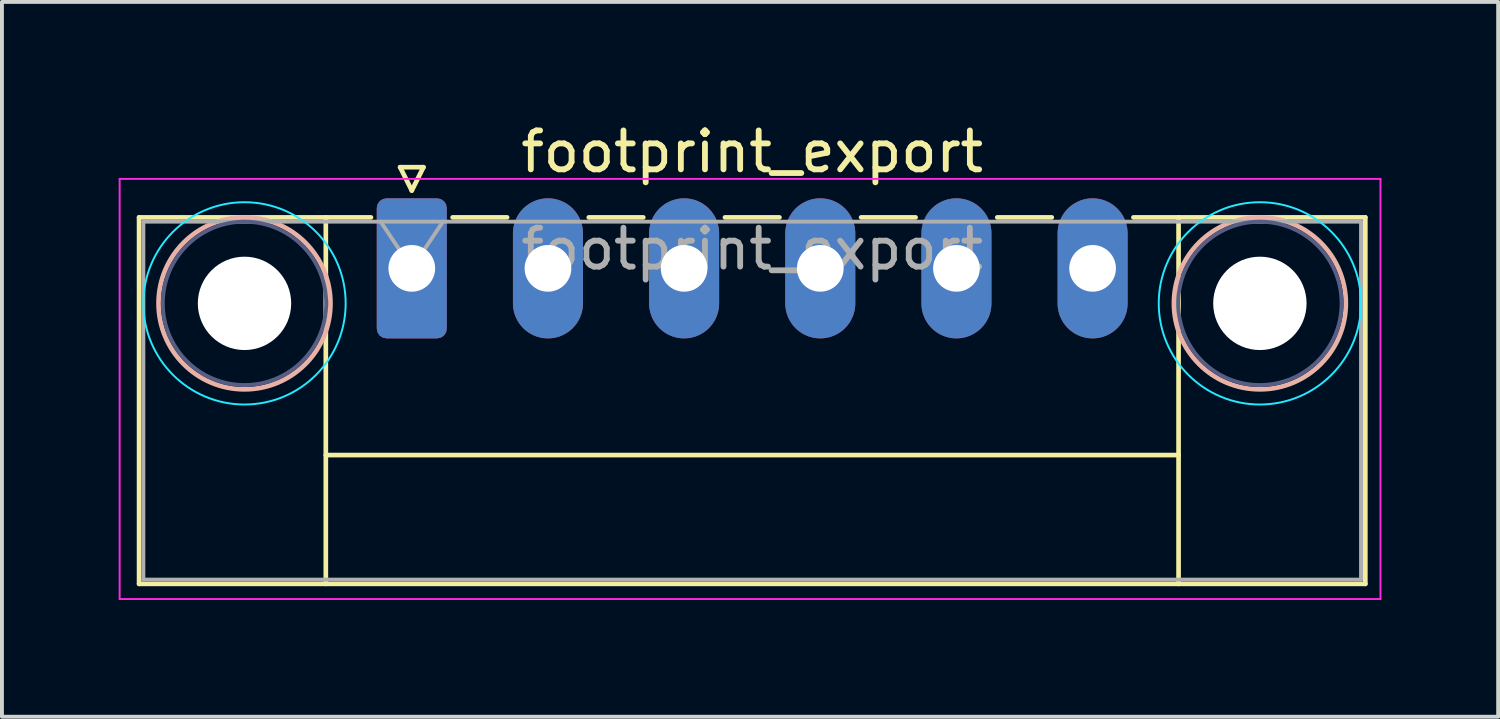
<source format=kicad_pcb>
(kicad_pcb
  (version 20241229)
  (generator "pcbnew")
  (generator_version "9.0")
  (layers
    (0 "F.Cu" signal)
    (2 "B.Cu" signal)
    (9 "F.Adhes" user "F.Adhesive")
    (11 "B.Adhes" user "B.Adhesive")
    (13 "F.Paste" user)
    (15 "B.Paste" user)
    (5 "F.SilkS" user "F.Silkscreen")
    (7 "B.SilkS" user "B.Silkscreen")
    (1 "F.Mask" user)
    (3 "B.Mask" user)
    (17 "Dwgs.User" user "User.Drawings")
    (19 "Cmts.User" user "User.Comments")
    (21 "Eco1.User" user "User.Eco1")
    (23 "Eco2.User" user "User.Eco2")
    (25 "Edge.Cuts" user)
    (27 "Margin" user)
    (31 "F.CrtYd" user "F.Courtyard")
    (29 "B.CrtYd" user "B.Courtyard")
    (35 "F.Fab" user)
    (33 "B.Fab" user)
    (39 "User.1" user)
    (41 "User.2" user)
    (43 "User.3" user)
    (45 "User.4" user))
  (footprint "footprint_export"
    (layer "F.Cu")
    (at 7.535 3.848)
    (property "Reference" "footprint_export" (at 8.75 -3 0) (layer "F.SilkS") (effects (font (size 1 1) (thickness 0.15))))
    (attr through_hole)
    (fp_line (start -7.01 -1.31) (end -7.01 8.11) (stroke (width 0.12) (type solid)) (layer "F.SilkS"))
    (fp_line (start -7.01 -1.31) (end -1.05 -1.31) (stroke (width 0.12) (type solid)) (layer "F.SilkS"))
    (fp_line (start -7.01 8.11) (end 24.51 8.11) (stroke (width 0.12) (type solid)) (layer "F.SilkS"))
    (fp_line (start -2.21 -1.31) (end -2.21 8.11) (stroke (width 0.12) (type solid)) (layer "F.SilkS"))
    (fp_line (start -2.21 4.8) (end 19.71 4.8) (stroke (width 0.12) (type solid)) (layer "F.SilkS"))
    (fp_line (start -0.3 -2.6) (end 0.3 -2.6) (stroke (width 0.12) (type solid)) (layer "F.SilkS"))
    (fp_line (start 0 -2) (end -0.3 -2.6) (stroke (width 0.12) (type solid)) (layer "F.SilkS"))
    (fp_line (start 0.3 -2.6) (end 0 -2) (stroke (width 0.12) (type solid)) (layer "F.SilkS"))
    (fp_line (start 1.05 -1.31) (end 2.45 -1.31) (stroke (width 0.12) (type solid)) (layer "F.SilkS"))
    (fp_line (start 4.55 -1.31) (end 5.95 -1.31) (stroke (width 0.12) (type solid)) (layer "F.SilkS"))
    (fp_line (start 8.05 -1.31) (end 9.45 -1.31) (stroke (width 0.12) (type solid)) (layer "F.SilkS"))
    (fp_line (start 11.55 -1.31) (end 12.95 -1.31) (stroke (width 0.12) (type solid)) (layer "F.SilkS"))
    (fp_line (start 15.05 -1.31) (end 16.45 -1.31) (stroke (width 0.12) (type solid)) (layer "F.SilkS"))
    (fp_line (start 19.71 -1.31) (end 19.71 8.11) (stroke (width 0.12) (type solid)) (layer "F.SilkS"))
    (fp_line (start 24.51 -1.31) (end 18.55 -1.31) (stroke (width 0.12) (type solid)) (layer "F.SilkS"))
    (fp_line (start 24.51 8.11) (end 24.51 -1.31) (stroke (width 0.12) (type solid)) (layer "F.SilkS"))
    (fp_circle (center -4.3 0.9) (end -2.09 0.9) (stroke (width 0.12) (type solid)) (fill no) (layer "B.SilkS"))
    (fp_circle (center 21.8 0.9) (end 24.01 0.9) (stroke (width 0.12) (type solid)) (fill no) (layer "B.SilkS"))
    (fp_circle (center -4.3 0.9) (end -1.7 0.9) (stroke (width 0.05) (type solid)) (fill no) (layer "B.CrtYd"))
    (fp_circle (center 21.8 0.9) (end 24.4 0.9) (stroke (width 0.05) (type solid)) (fill no) (layer "B.CrtYd"))
    (fp_line (start -7.51 -2.3) (end -7.51 8.5) (stroke (width 0.05) (type solid)) (layer "F.CrtYd"))
    (fp_line (start -7.51 8.5) (end 24.9 8.5) (stroke (width 0.05) (type solid)) (layer "F.CrtYd"))
    (fp_line (start 24.9 -2.3) (end -7.51 -2.3) (stroke (width 0.05) (type solid)) (layer "F.CrtYd"))
    (fp_line (start 24.9 8.5) (end 24.9 -2.3) (stroke (width 0.05) (type solid)) (layer "F.CrtYd"))
    (fp_circle (center -4.3 0.9) (end -2.2 0.9) (stroke (width 0.1) (type solid)) (fill no) (layer "B.Fab"))
    (fp_circle (center 21.8 0.9) (end 23.9 0.9) (stroke (width 0.1) (type solid)) (fill no) (layer "B.Fab"))
    (fp_line (start -6.9 -1.2) (end -6.9 8) (stroke (width 0.1) (type solid)) (layer "F.Fab"))
    (fp_line (start -6.9 8) (end 24.4 8) (stroke (width 0.1) (type solid)) (layer "F.Fab"))
    (fp_line (start 0 0) (end -0.8 -1.2) (stroke (width 0.1) (type solid)) (layer "F.Fab"))
    (fp_line (start 0.8 -1.2) (end 0 0) (stroke (width 0.1) (type solid)) (layer "F.Fab"))
    (fp_line (start 24.4 -1.2) (end -6.9 -1.2) (stroke (width 0.1) (type solid)) (layer "F.Fab"))
    (fp_line (start 24.4 8) (end 24.4 -1.2) (stroke (width 0.1) (type solid)) (layer "F.Fab"))
    (fp_text user "${REFERENCE}" (at 8.75 -0.5 0) (layer "F.Fab") (effects (font (size 1 1) (thickness 0.15))))
    (pad "" np_thru_hole circle (at -4.3 0.9) (size 2.4 2.4) (drill 2.4) (layers "*.Cu" "*.Mask"))
    (pad "" np_thru_hole circle (at 21.8 0.9) (size 2.4 2.4) (drill 2.4) (layers "*.Cu" "*.Mask"))
    (pad "1" thru_hole roundrect (at 0 0) (size 1.8 3.6) (drill 1.2) (layers "*.Cu" "*.Mask") (roundrect_rratio 0.139))
    (pad "2" thru_hole oval (at 3.5 0) (size 1.8 3.6) (drill 1.2) (layers "*.Cu" "*.Mask"))
    (pad "3" thru_hole oval (at 7 0) (size 1.8 3.6) (drill 1.2) (layers "*.Cu" "*.Mask"))
    (pad "4" thru_hole oval (at 10.5 0) (size 1.8 3.6) (drill 1.2) (layers "*.Cu" "*.Mask"))
    (pad "5" thru_hole oval (at 14 0) (size 1.8 3.6) (drill 1.2) (layers "*.Cu" "*.Mask"))
    (pad "6" thru_hole oval (at 17.5 0) (size 1.8 3.6) (drill 1.2) (layers "*.Cu" "*.Mask")))
  (gr_rect
    (start -3 -3)
    (end 35.46 15.373)
    (stroke (width 0.1) (type default))
    (fill no)
    (layer "Edge.Cuts")))
</source>
